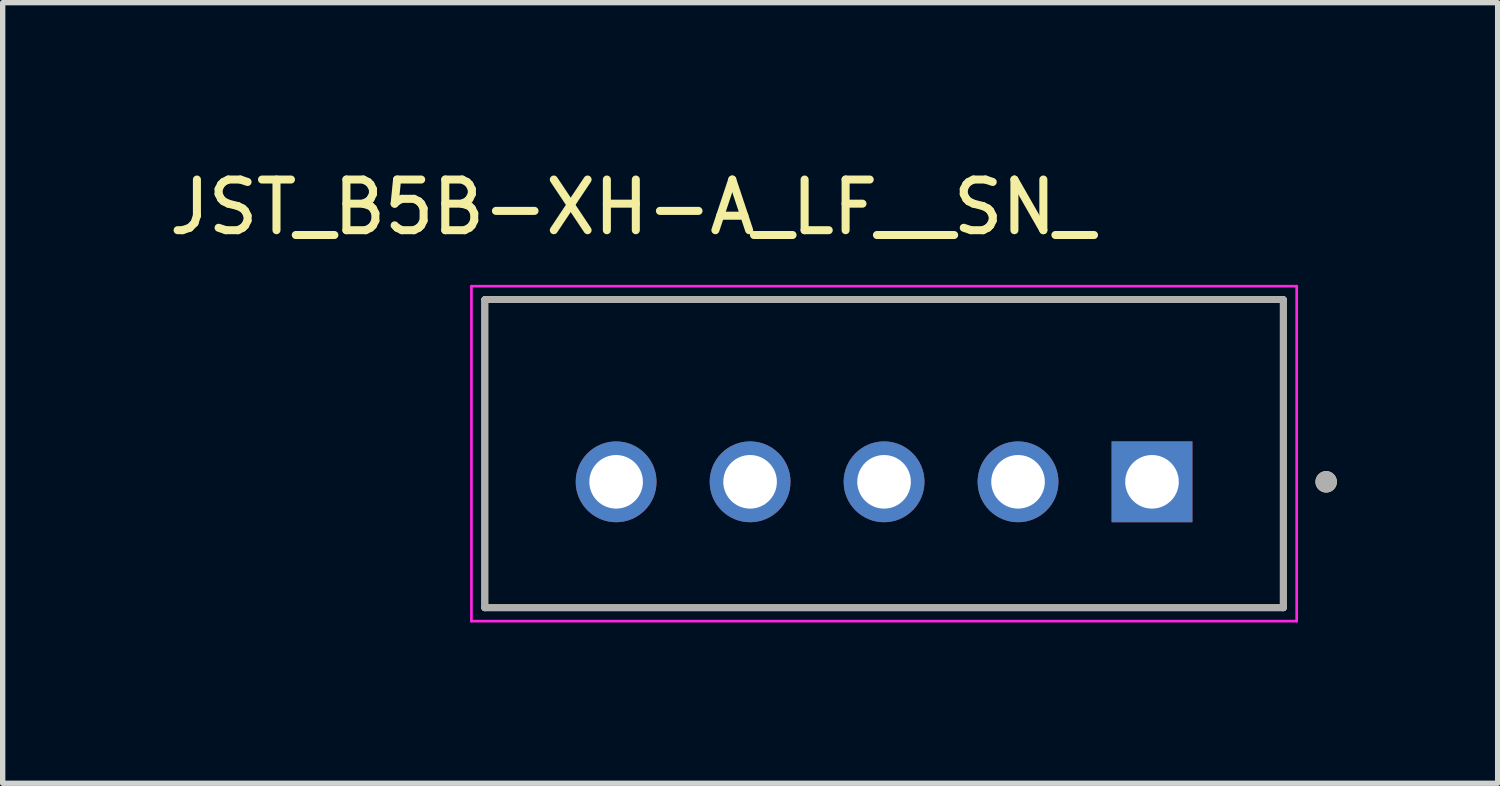
<source format=kicad_pcb>
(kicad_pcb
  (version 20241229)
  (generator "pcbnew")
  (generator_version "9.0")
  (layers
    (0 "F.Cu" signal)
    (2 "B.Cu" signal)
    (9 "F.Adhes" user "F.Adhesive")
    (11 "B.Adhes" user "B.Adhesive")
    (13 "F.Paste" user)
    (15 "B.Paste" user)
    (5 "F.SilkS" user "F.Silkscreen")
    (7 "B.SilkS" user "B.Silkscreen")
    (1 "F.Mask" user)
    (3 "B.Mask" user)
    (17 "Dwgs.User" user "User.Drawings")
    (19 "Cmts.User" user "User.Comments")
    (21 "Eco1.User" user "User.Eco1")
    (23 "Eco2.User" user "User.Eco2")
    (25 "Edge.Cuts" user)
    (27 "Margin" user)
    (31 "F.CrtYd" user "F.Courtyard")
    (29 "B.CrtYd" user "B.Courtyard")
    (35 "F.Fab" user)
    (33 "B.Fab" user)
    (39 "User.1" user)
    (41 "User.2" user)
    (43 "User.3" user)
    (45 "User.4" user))
  (footprint "JST_B5B-XH-A_LF__SN_"
    (layer "F.Cu")
    (at 13.447 5.416)
    (property "Reference" "JST_B5B-XH-A_LF__SN_" (at -4.7 -4.6 0) (layer "F.SilkS") (effects (font (size 0.945 0.945) (thickness 0.15))))
    (attr through_hole)
    (fp_line (start -7.45 -2.875) (end 7.45 -2.875) (stroke (width 0.127) (type solid)) (layer "F.SilkS"))
    (fp_line (start -7.45 2.875) (end -7.45 -2.875) (stroke (width 0.127) (type solid)) (layer "F.SilkS"))
    (fp_line (start 7.45 -2.875) (end 7.45 2.875) (stroke (width 0.127) (type solid)) (layer "F.SilkS"))
    (fp_line (start 7.45 2.875) (end -7.45 2.875) (stroke (width 0.127) (type solid)) (layer "F.SilkS"))
    (fp_circle (center 8.25 0.525) (end 8.35 0.525) (stroke (width 0.2) (type solid)) (fill no) (layer "F.SilkS"))
    (fp_line (start -7.7 -3.125) (end 7.7 -3.125) (stroke (width 0.05) (type solid)) (layer "F.CrtYd"))
    (fp_line (start -7.7 3.125) (end -7.7 -3.125) (stroke (width 0.05) (type solid)) (layer "F.CrtYd"))
    (fp_line (start 7.7 -3.125) (end 7.7 3.125) (stroke (width 0.05) (type solid)) (layer "F.CrtYd"))
    (fp_line (start 7.7 3.125) (end -7.7 3.125) (stroke (width 0.05) (type solid)) (layer "F.CrtYd"))
    (fp_line (start -7.45 -2.875) (end 7.45 -2.875) (stroke (width 0.127) (type solid)) (layer "F.Fab"))
    (fp_line (start -7.45 2.875) (end -7.45 -2.875) (stroke (width 0.127) (type solid)) (layer "F.Fab"))
    (fp_line (start 7.45 -2.875) (end 7.45 2.875) (stroke (width 0.127) (type solid)) (layer "F.Fab"))
    (fp_line (start 7.45 2.875) (end -7.45 2.875) (stroke (width 0.127) (type solid)) (layer "F.Fab"))
    (fp_circle (center 8.25 0.525) (end 8.35 0.525) (stroke (width 0.2) (type solid)) (fill no) (layer "F.Fab"))
    (pad "1" thru_hole rect (at 5 0.525) (size 1.508 1.508) (drill 1) (layers "*.Cu" "*.Mask"))
    (pad "2" thru_hole circle (at 2.5 0.525) (size 1.508 1.508) (drill 1) (layers "*.Cu" "*.Mask"))
    (pad "3" thru_hole circle (at 0 0.525) (size 1.508 1.508) (drill 1) (layers "*.Cu" "*.Mask"))
    (pad "4" thru_hole circle (at -2.5 0.525) (size 1.508 1.508) (drill 1) (layers "*.Cu" "*.Mask"))
    (pad "5" thru_hole circle (at -5 0.525) (size 1.508 1.508) (drill 1) (layers "*.Cu" "*.Mask")))
  (gr_rect
    (start -3 -3)
    (end 24.897 11.566)
    (stroke (width 0.1) (type default))
    (fill no)
    (layer "Edge.Cuts")))
</source>
